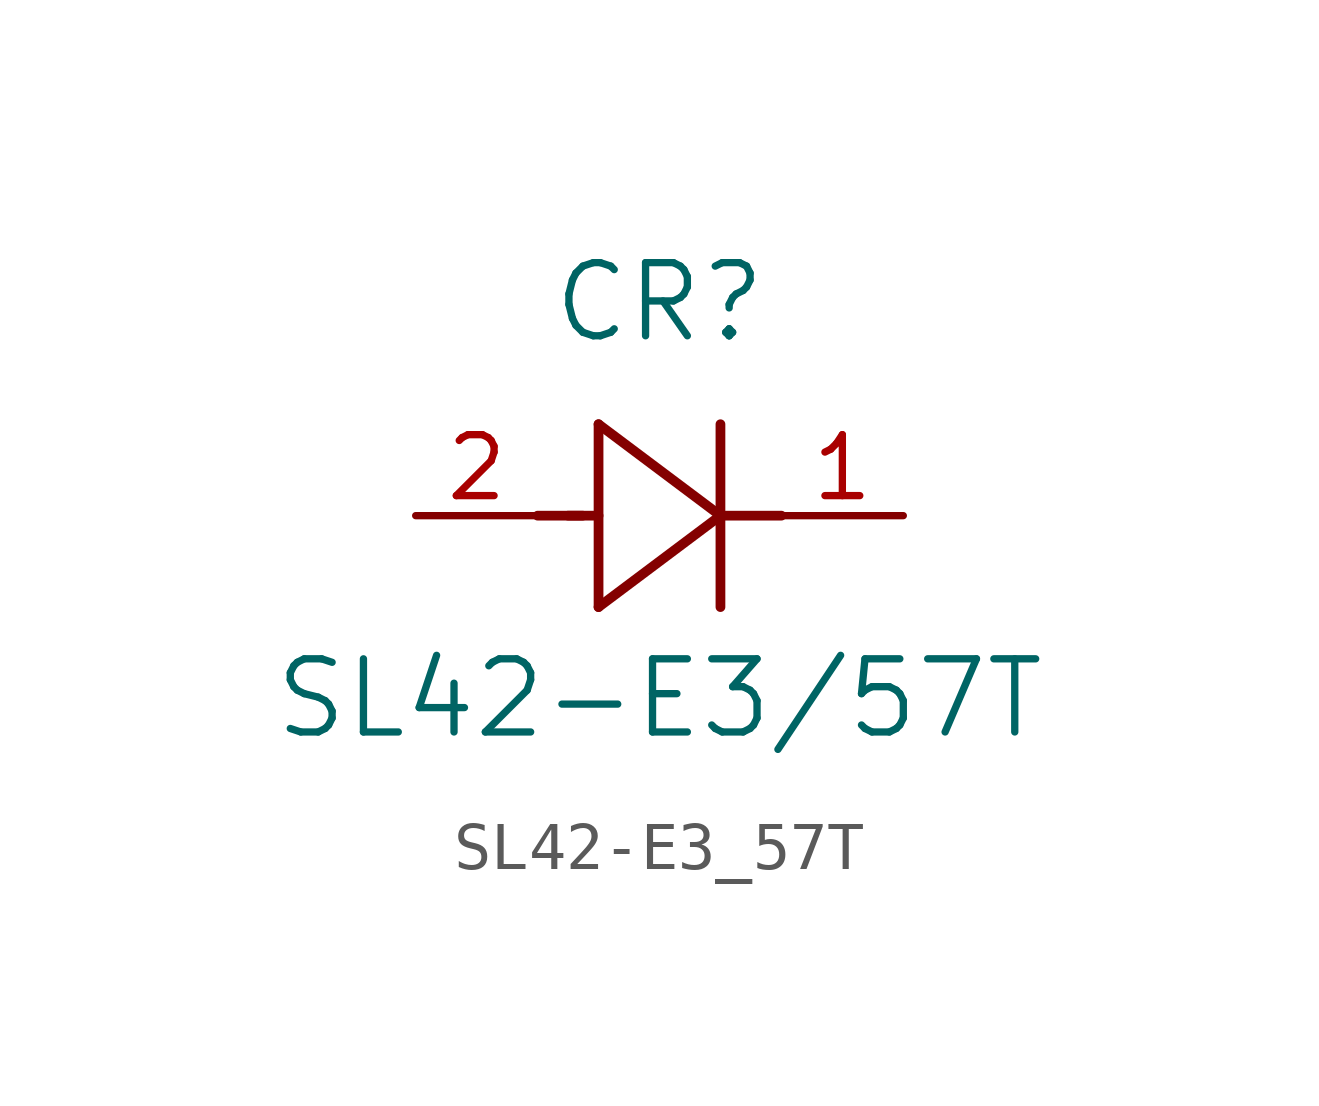
<source format=kicad_sym>
(kicad_symbol_lib
  (version 20211014)
  (generator kicad_symbol_editor)
  (symbol "SL42-E3_57T"
    (pin_names
      (offset 0.254))
    (property "Reference" "CR"
      (at 5.08 4.445 0)
      (effects (font (size 1.524 1.524))))
    (property "Value" "SL42-E3/57T"
      (at 5.08 -3.81 0)
      (effects (font (size 1.524 1.524))))
    (symbol "SL42-E3_57T_0_1"
      (polyline (pts (xy 2.54 0) (xy 3.48 0)) (stroke (width 0.203) (type default) (color 0 0 0 0)) (fill (type none)))
      (polyline (pts (xy 3.81 1.905) (xy 3.81 -1.905)) (stroke (width 0.203) (type default) (color 0 0 0 0)) (fill (type none)))
      (polyline (pts (xy 3.175 0) (xy 3.81 0)) (stroke (width 0.203) (type default) (color 0 0 0 0)) (fill (type none)))
      (polyline (pts (xy 6.35 -1.905) (xy 6.35 1.905)) (stroke (width 0.203) (type default) (color 0 0 0 0)) (fill (type none)))
      (polyline (pts (xy 6.35 0) (xy 7.62 0)) (stroke (width 0.203) (type default) (color 0 0 0 0)) (fill (type none)))
      (polyline (pts (xy 6.35 0) (xy 3.81 1.905)) (stroke (width 0.203) (type default) (color 0 0 0 0)) (fill (type none)))
      (polyline (pts (xy 3.81 -1.905) (xy 6.35 0)) (stroke (width 0.203) (type default) (color 0 0 0 0)) (fill (type none)))
      (pin unspecified line (at 0 0 0) (length 2.54) (name "" (effects (font (size 1.27 1.27)))) (number "2" (effects (font (size 1.27 1.27)))))
      (pin unspecified line (at 10.16 0 180) (length 2.54) (name "" (effects (font (size 1.27 1.27)))) (number "1" (effects (font (size 1.27 1.27))))))))
</source>
